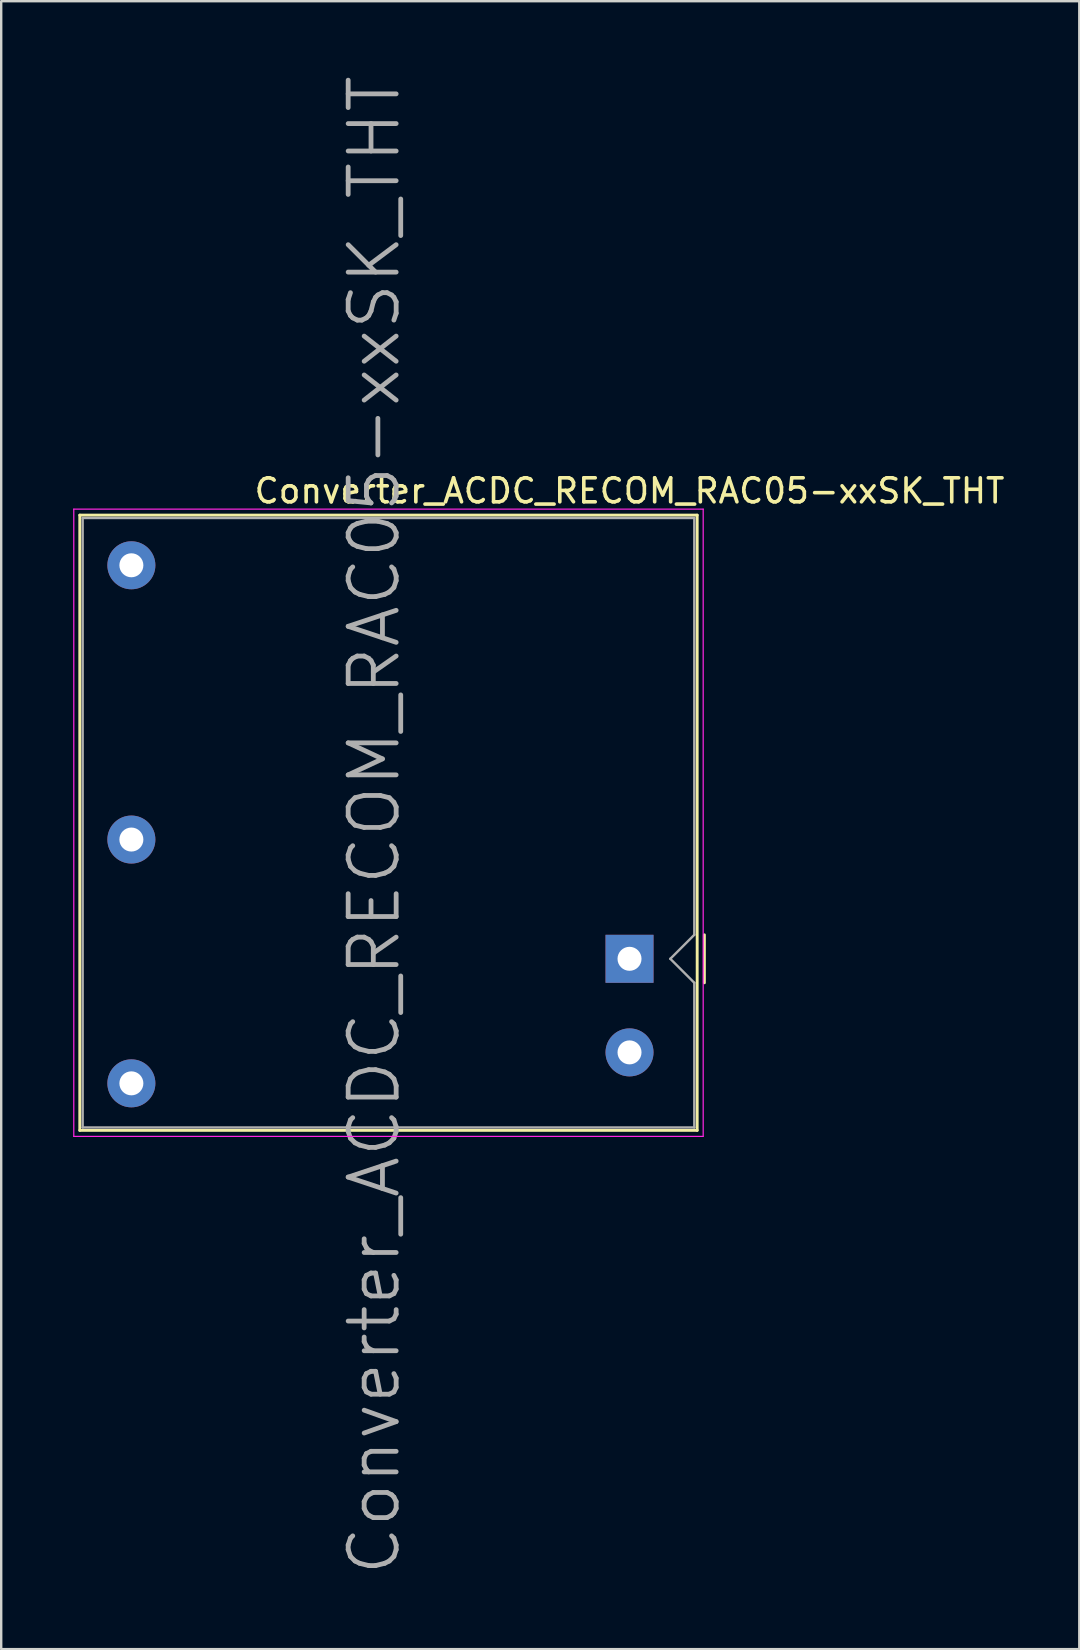
<source format=kicad_pcb>
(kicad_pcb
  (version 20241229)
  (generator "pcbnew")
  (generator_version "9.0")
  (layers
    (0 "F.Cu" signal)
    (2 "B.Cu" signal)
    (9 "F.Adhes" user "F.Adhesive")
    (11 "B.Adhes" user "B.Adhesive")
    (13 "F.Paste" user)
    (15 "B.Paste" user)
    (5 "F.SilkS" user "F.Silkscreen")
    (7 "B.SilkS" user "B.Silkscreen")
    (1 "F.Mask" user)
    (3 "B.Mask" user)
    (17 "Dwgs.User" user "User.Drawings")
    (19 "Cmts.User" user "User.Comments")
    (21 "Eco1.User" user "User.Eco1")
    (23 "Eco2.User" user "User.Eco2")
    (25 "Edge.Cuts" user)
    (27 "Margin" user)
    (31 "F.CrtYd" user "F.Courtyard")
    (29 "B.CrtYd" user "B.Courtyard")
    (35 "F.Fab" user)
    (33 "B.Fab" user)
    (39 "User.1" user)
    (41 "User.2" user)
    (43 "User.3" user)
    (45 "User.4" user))
  (footprint "Converter_ACDC_RECOM_RAC05-xxSK_THT"
    (layer "F.Cu")
    (at 23.185 36.908)
    (property "Reference" "Converter_ACDC_RECOM_RAC05-xxSK_THT" (at 0 -19.5 180) (layer "F.SilkS") (effects (font (size 1 1) (thickness 0.15))))
    (attr through_hole)
    (fp_line (start -22.91 -18.49) (end -22.91 7.15) (stroke (width 0.12) (type solid)) (layer "F.SilkS"))
    (fp_line (start 2.82 -18.49) (end -22.91 -18.49) (stroke (width 0.12) (type solid)) (layer "F.SilkS"))
    (fp_line (start 2.82 7.15) (end -22.91 7.15) (stroke (width 0.12) (type solid)) (layer "F.SilkS"))
    (fp_line (start 2.82 7.15) (end 2.82 -18.49) (stroke (width 0.12) (type solid)) (layer "F.SilkS"))
    (fp_line (start 3.12 1) (end 3.12 -1) (stroke (width 0.12) (type solid)) (layer "F.SilkS"))
    (fp_line (start -23.16 -18.74) (end -23.16 7.4) (stroke (width 0.05) (type solid)) (layer "F.CrtYd"))
    (fp_line (start -23.16 7.4) (end 3.07 7.4) (stroke (width 0.05) (type solid)) (layer "F.CrtYd"))
    (fp_line (start 3.07 -18.74) (end -23.16 -18.74) (stroke (width 0.05) (type solid)) (layer "F.CrtYd"))
    (fp_line (start 3.07 -18.74) (end 3.07 7.4) (stroke (width 0.05) (type solid)) (layer "F.CrtYd"))
    (fp_line (start -22.79 -18.37) (end -22.79 7.03) (stroke (width 0.1) (type solid)) (layer "F.Fab"))
    (fp_line (start 2.7 -18.37) (end -22.79 -18.37) (stroke (width 0.1) (type solid)) (layer "F.Fab"))
    (fp_line (start 2.7 -1) (end 1.7 0) (stroke (width 0.1) (type solid)) (layer "F.Fab"))
    (fp_line (start 2.7 -1) (end 2.7 -18.37) (stroke (width 0.1) (type solid)) (layer "F.Fab"))
    (fp_line (start 2.7 1) (end 1.7 0) (stroke (width 0.1) (type solid)) (layer "F.Fab"))
    (fp_line (start 2.7 7.03) (end -22.79 7.03) (stroke (width 0.1) (type solid)) (layer "F.Fab"))
    (fp_line (start 2.7 7.03) (end 2.7 1) (stroke (width 0.1) (type solid)) (layer "F.Fab"))
    (fp_text user "${REFERENCE}" (at -10.64 -5.57 90) (layer "F.Fab") (effects (font (size 2 2) (thickness 0.2))))
    (pad "1" thru_hole rect (at 0 0 270) (size 2 2) (drill 1) (layers "*.Cu" "*.Mask"))
    (pad "2" thru_hole circle (at 0 3.9 270) (size 2 2) (drill 1) (layers "*.Cu" "*.Mask"))
    (pad "3" thru_hole circle (at -20.76 -16.4 180) (size 2 2) (drill 1) (layers "*.Cu" "*.Mask"))
    (pad "4" thru_hole circle (at -20.76 -4.97 270) (size 2 2) (drill 1) (layers "*.Cu" "*.Mask"))
    (pad "5" thru_hole circle (at -20.76 5.19 270) (size 2 2) (drill 1) (layers "*.Cu" "*.Mask")))
  (gr_rect
    (start -3 -3)
    (end 41.929 65.676)
    (stroke (width 0.1) (type default))
    (fill no)
    (layer "Edge.Cuts")))
</source>
